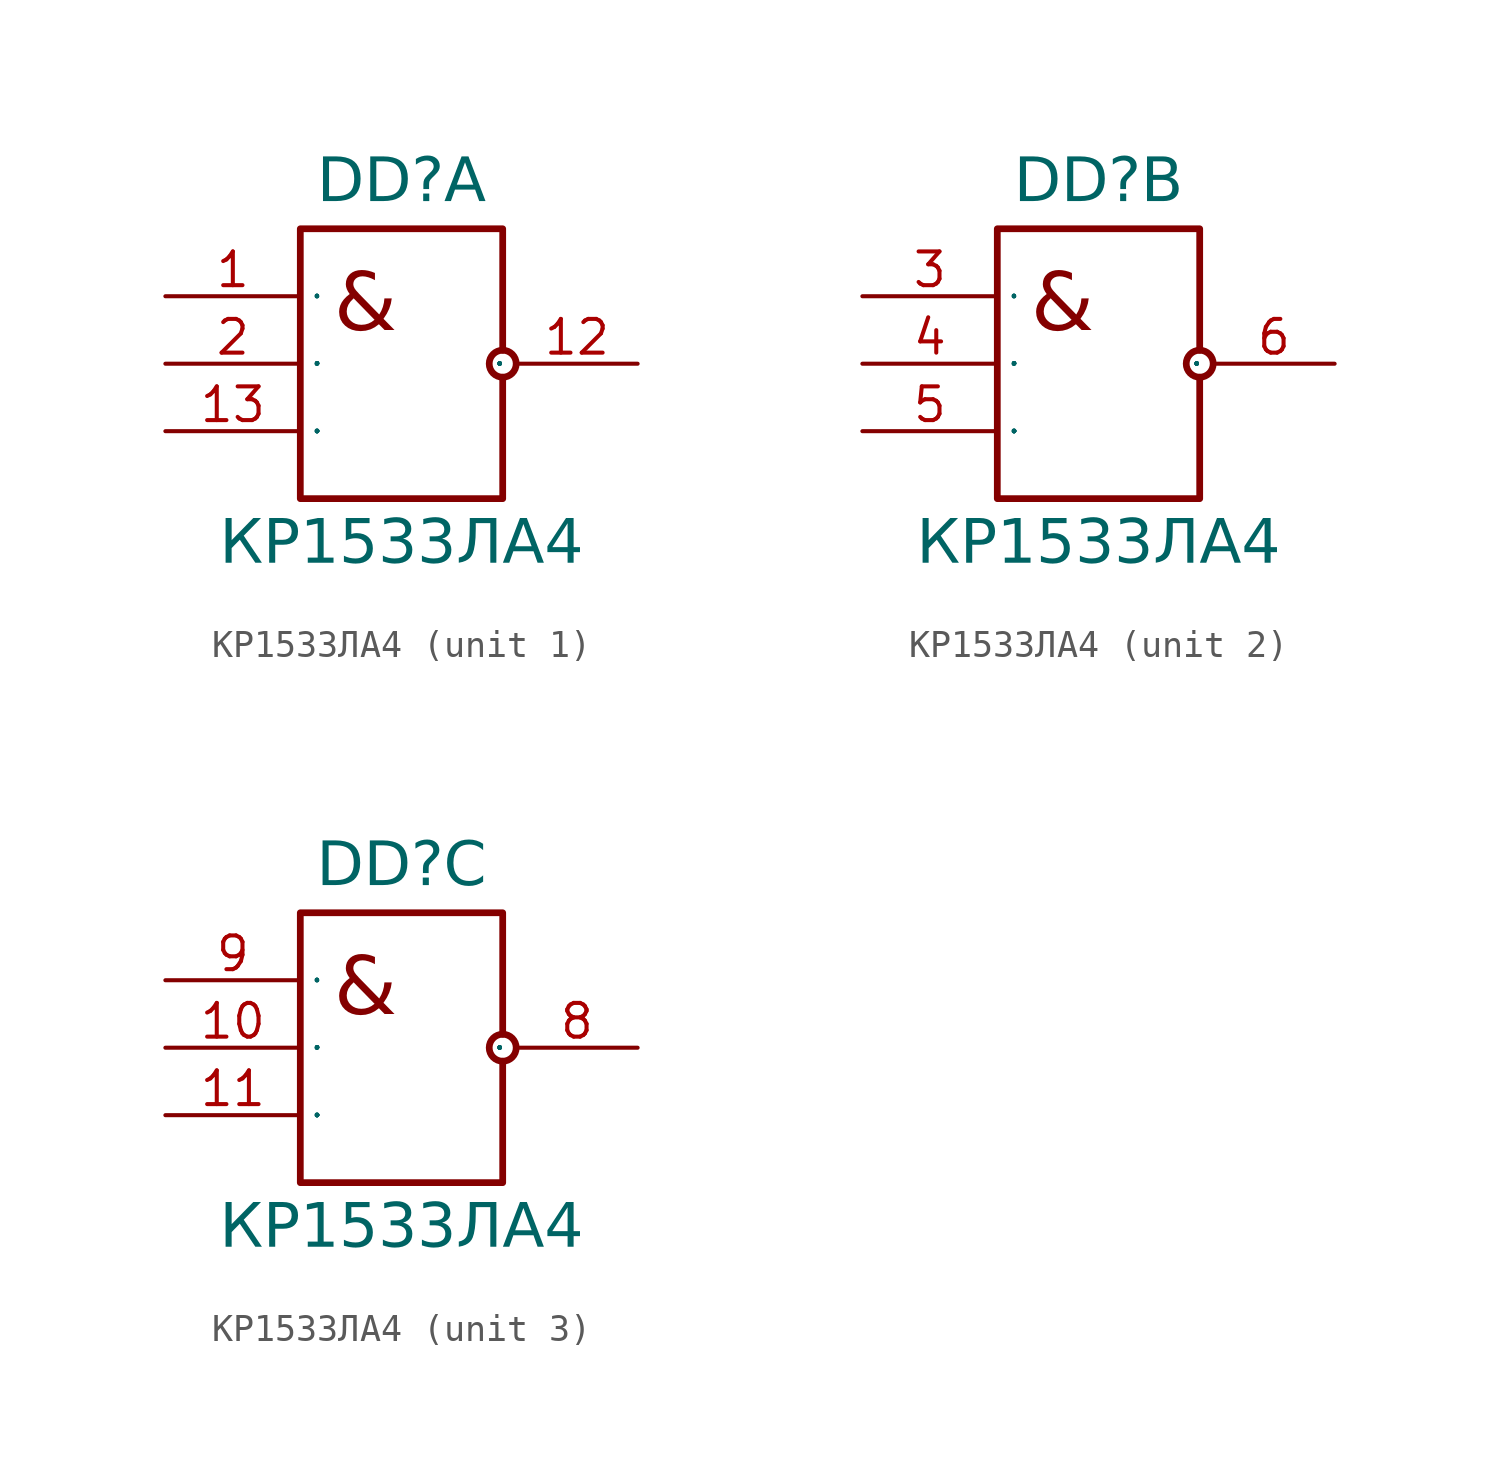
<source format=kicad_sym>
(kicad_symbol_lib
  (version 20241209)
  (generator "kicad_symbol_editor")
  (generator_version "9.0")
  (symbol "КР1533ЛА4"
    (property "Reference" "DD"
      (at 8.89 3.302 0)
      (do_not_autoplace)
      (effects (font (face "Input Sans Condensed") (size 1.651 1.651)) (justify bottom)))
    (property "Value" "КР1533ЛА4"
      (at 8.89 -8.382 0)
      (do_not_autoplace)
      (effects (font (face "Input Sans Condensed") (size 1.651 1.651)) (justify top)))
    (symbol "КР1533ЛА4_0_0"
      (circle (center 12.7 -2.54) (radius 0.508) (stroke (width 0.254) (type solid)) (fill (type color) (color 255 255 255 1)))
      (text "&" (at 6.35 0.902 0) (effects (font (face "Input Sans Condensed") (size 2.172 2.172)) (justify left top))))
    (symbol "КР1533ЛА4_0_1"
      (polyline (pts (xy 12.7 -3.048) (xy 12.7 -7.62) (xy 5.08 -7.62) (xy 5.08 2.54) (xy 12.7 2.54) (xy 12.7 -2.032)) (stroke (width 0.254) (type default)) (fill (type none))))
    (symbol "КР1533ЛА4_1_1"
      (pin input line (at 0 0 0) (length 5.08) (name "I1" (effects (font (size 0.025 0.025)))) (number "1" (effects (font (size 1.27 1.27)))))
      (pin input line (at 0 -2.54 0) (length 5.08) (name "I2" (effects (font (size 0.025 0.025)))) (number "2" (effects (font (size 1.27 1.27)))))
      (pin input line (at 0 -5.08 0) (length 5.08) (name "I3" (effects (font (size 0.025 0.025)))) (number "13" (effects (font (size 1.27 1.27)))))
      (pin power_in line (at 15.24 1.27 180) (length 2.54) (hide yes) (name "VCC" (effects (font (size 0.025 0.025)))) (number "14" (effects (font (size 1.27 1.27)))))
      (pin power_in line (at 15.24 -6.35 180) (length 2.54) (hide yes) (name "GND" (effects (font (size 0.025 0.025)))) (number "7" (effects (font (size 1.27 1.27)))))
      (pin output line (at 17.78 -2.54 180) (length 4.572) (name "O" (effects (font (size 0.025 0.025)))) (number "12" (effects (font (size 1.27 1.27))))))
    (symbol "КР1533ЛА4_2_1"
      (pin input line (at 0 0 0) (length 5.08) (name "I1" (effects (font (size 0.025 0.025)))) (number "3" (effects (font (size 1.27 1.27)))))
      (pin input line (at 0 -2.54 0) (length 5.08) (name "I2" (effects (font (size 0.025 0.025)))) (number "4" (effects (font (size 1.27 1.27)))))
      (pin input line (at 0 -5.08 0) (length 5.08) (name "I3" (effects (font (size 0.025 0.025)))) (number "5" (effects (font (size 1.27 1.27)))))
      (pin output line (at 17.78 -2.54 180) (length 4.572) (name "O" (effects (font (size 0.025 0.025)))) (number "6" (effects (font (size 1.27 1.27))))))
    (symbol "КР1533ЛА4_3_1"
      (pin input line (at 0 0 0) (length 5.08) (name "I1" (effects (font (size 0.025 0.025)))) (number "9" (effects (font (size 1.27 1.27)))))
      (pin input line (at 0 -2.54 0) (length 5.08) (name "I2" (effects (font (size 0.025 0.025)))) (number "10" (effects (font (size 1.27 1.27)))))
      (pin input line (at 0 -5.08 0) (length 5.08) (name "I3" (effects (font (size 0.025 0.025)))) (number "11" (effects (font (size 1.27 1.27)))))
      (pin output line (at 17.78 -2.54 180) (length 4.572) (name "O" (effects (font (size 0.025 0.025)))) (number "8" (effects (font (size 1.27 1.27))))))))
</source>
